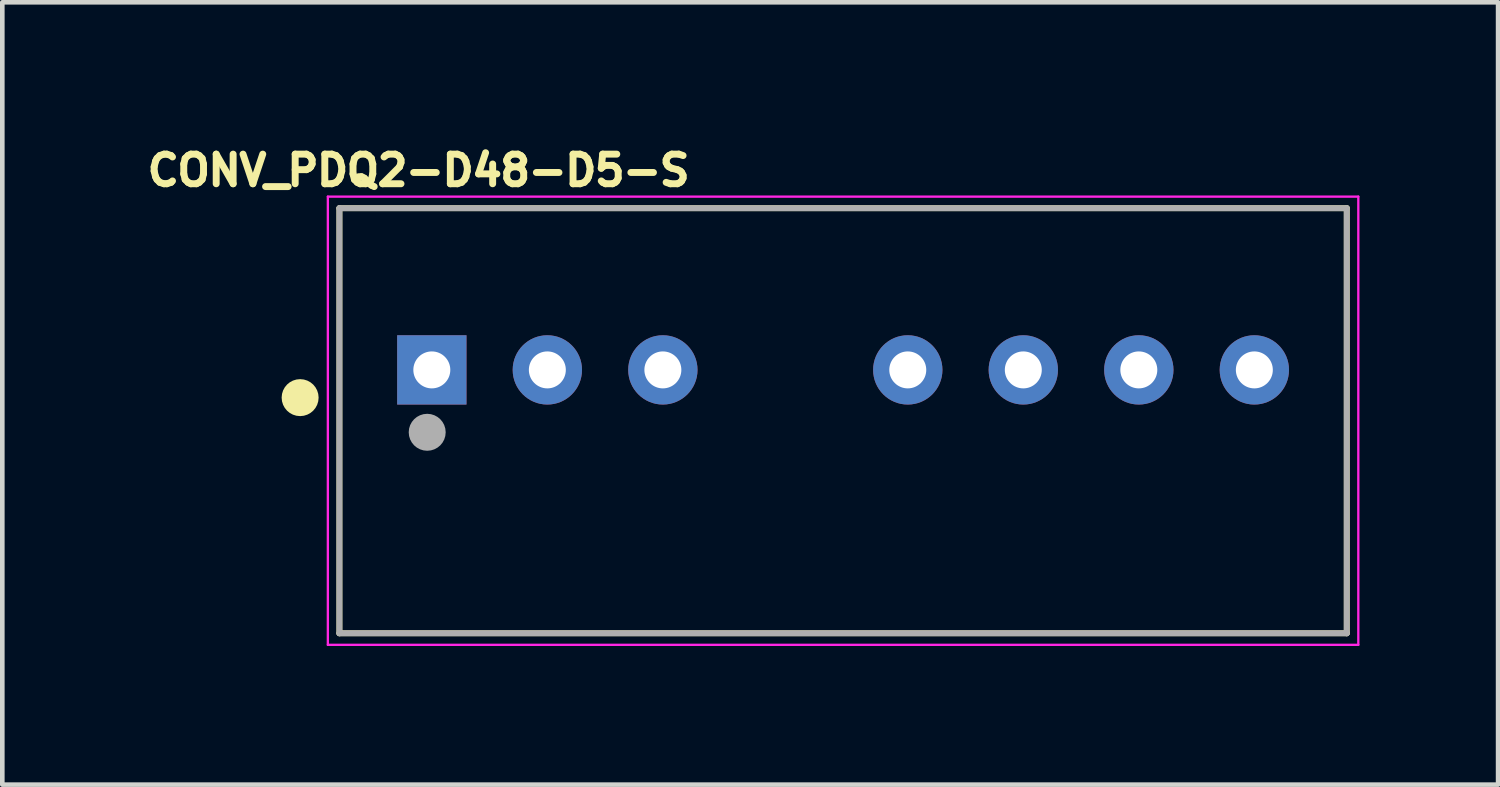
<source format=kicad_pcb>
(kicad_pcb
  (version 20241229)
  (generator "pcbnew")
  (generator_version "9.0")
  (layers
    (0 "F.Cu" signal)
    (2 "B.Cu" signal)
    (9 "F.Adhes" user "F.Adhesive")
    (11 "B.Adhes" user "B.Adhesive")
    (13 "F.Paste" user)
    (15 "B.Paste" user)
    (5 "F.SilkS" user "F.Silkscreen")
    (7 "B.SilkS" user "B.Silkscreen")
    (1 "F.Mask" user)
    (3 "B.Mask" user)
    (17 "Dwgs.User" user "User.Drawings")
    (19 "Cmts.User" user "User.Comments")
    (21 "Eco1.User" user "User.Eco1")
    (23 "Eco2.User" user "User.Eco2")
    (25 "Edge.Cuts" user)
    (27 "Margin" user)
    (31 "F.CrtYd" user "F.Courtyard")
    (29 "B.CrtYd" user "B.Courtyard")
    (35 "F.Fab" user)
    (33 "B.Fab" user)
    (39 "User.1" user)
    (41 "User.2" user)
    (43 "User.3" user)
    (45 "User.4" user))
  (footprint "CONV_PDQ2-D48-D5-S"
    (layer "F.Cu")
    (at 15.195 6.055)
    (property "Reference" "CONV_PDQ2-D48-D5-S" (at -9.186 -5.417 0) (layer "F.SilkS") (effects (font (size 0.641 0.641) (thickness 0.15))))
    (attr through_hole)
    (fp_line (start -10.9 -4.6) (end 10.9 -4.6) (stroke (width 0.127) (type solid)) (layer "F.SilkS"))
    (fp_line (start -10.9 4.6) (end -10.9 -4.6) (stroke (width 0.127) (type solid)) (layer "F.SilkS"))
    (fp_line (start 10.9 -4.6) (end 10.9 4.6) (stroke (width 0.127) (type solid)) (layer "F.SilkS"))
    (fp_line (start 10.9 4.6) (end -10.9 4.6) (stroke (width 0.127) (type solid)) (layer "F.SilkS"))
    (fp_circle (center -11.75 -0.5) (end -11.55 -0.5) (stroke (width 0.4) (type solid)) (fill no) (layer "F.SilkS"))
    (fp_line (start -11.15 -4.85) (end 11.15 -4.85) (stroke (width 0.05) (type solid)) (layer "F.CrtYd"))
    (fp_line (start -11.15 4.85) (end -11.15 -4.85) (stroke (width 0.05) (type solid)) (layer "F.CrtYd"))
    (fp_line (start 11.15 -4.85) (end 11.15 4.85) (stroke (width 0.05) (type solid)) (layer "F.CrtYd"))
    (fp_line (start 11.15 4.85) (end -11.15 4.85) (stroke (width 0.05) (type solid)) (layer "F.CrtYd"))
    (fp_line (start -10.9 -4.6) (end 10.9 -4.6) (stroke (width 0.127) (type solid)) (layer "F.Fab"))
    (fp_line (start -10.9 4.6) (end -10.9 -4.6) (stroke (width 0.127) (type solid)) (layer "F.Fab"))
    (fp_line (start 10.9 -4.6) (end 10.9 4.6) (stroke (width 0.127) (type solid)) (layer "F.Fab"))
    (fp_line (start 10.9 4.6) (end -10.9 4.6) (stroke (width 0.127) (type solid)) (layer "F.Fab"))
    (fp_circle (center -9 0.25) (end -8.8 0.25) (stroke (width 0.4) (type solid)) (fill no) (layer "F.Fab"))
    (pad "1" thru_hole rect (at -8.9 -1.1) (size 1.5 1.5) (drill 0.8) (layers "*.Cu" "*.Mask"))
    (pad "2" thru_hole circle (at -6.4 -1.1) (size 1.5 1.5) (drill 0.8) (layers "*.Cu" "*.Mask"))
    (pad "3" thru_hole circle (at -3.9 -1.1) (size 1.5 1.5) (drill 0.8) (layers "*.Cu" "*.Mask"))
    (pad "5" thru_hole circle (at 1.4 -1.1) (size 1.5 1.5) (drill 0.8) (layers "*.Cu" "*.Mask"))
    (pad "6" thru_hole circle (at 3.9 -1.1) (size 1.5 1.5) (drill 0.8) (layers "*.Cu" "*.Mask"))
    (pad "7" thru_hole circle (at 6.4 -1.1) (size 1.5 1.5) (drill 0.8) (layers "*.Cu" "*.Mask"))
    (pad "8" thru_hole circle (at 8.9 -1.1) (size 1.5 1.5) (drill 0.8) (layers "*.Cu" "*.Mask")))
  (gr_rect
    (start -3 -3)
    (end 29.37 13.93)
    (stroke (width 0.1) (type default))
    (fill no)
    (layer "Edge.Cuts")))
</source>
